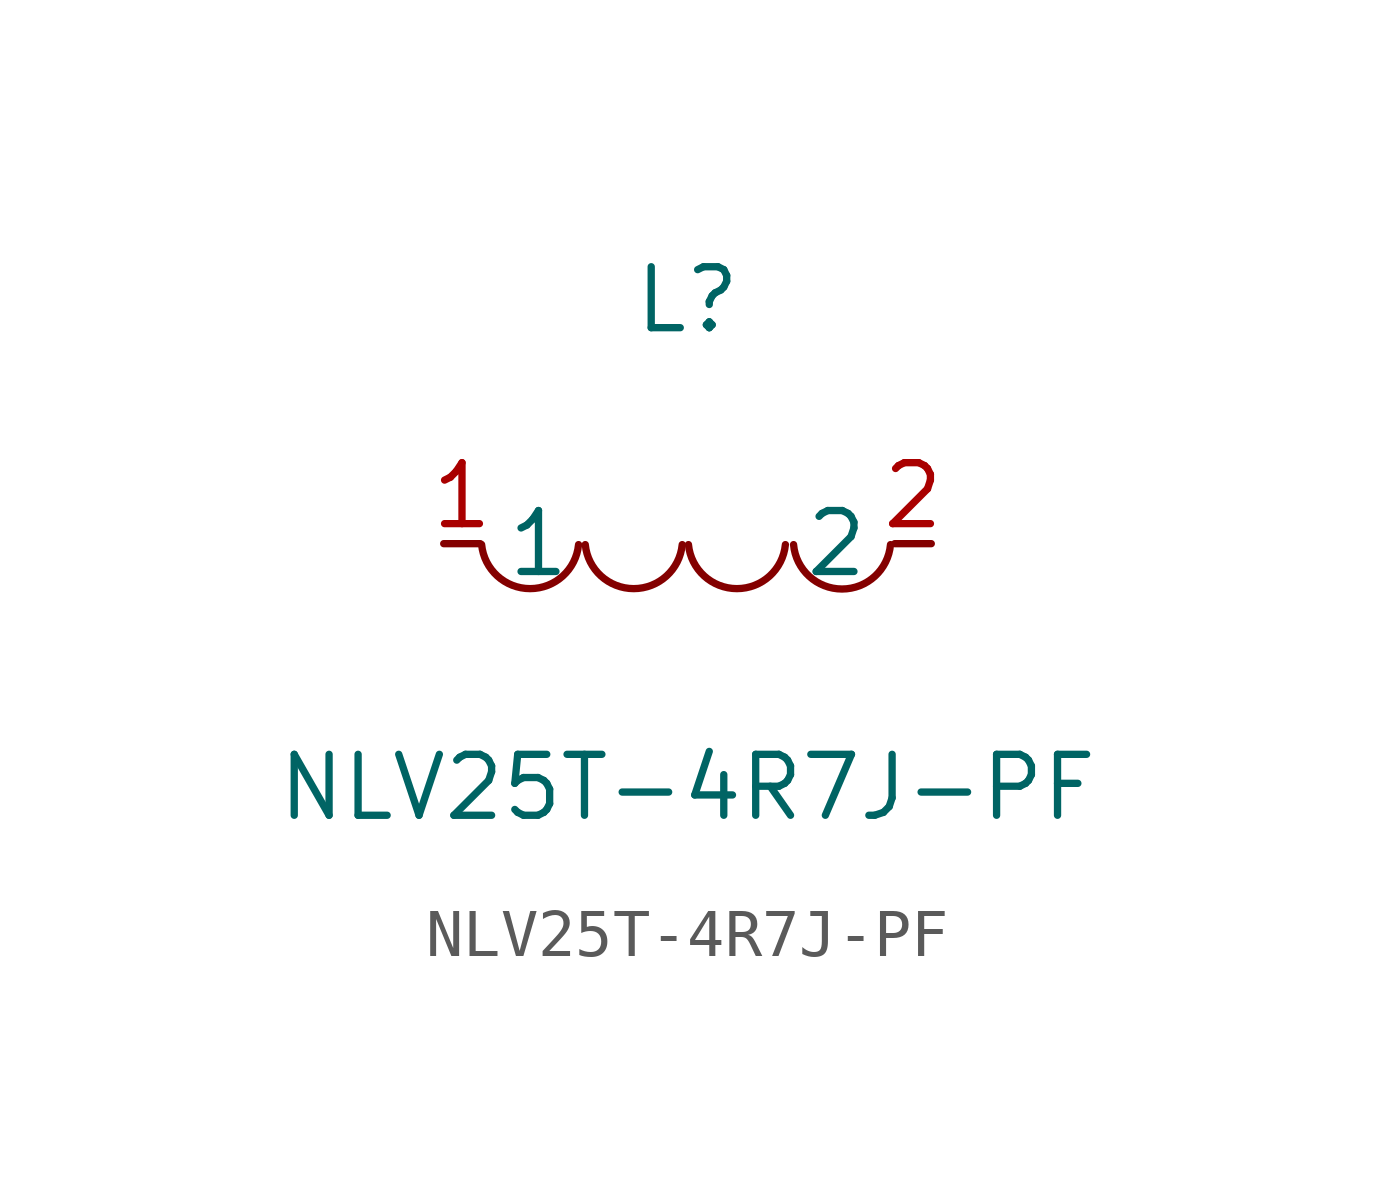
<source format=kicad_sym>
(kicad_symbol_lib
  (version 1)
  (generator "faebryk")
  (symbol "NLV25T-4R7J-PF"
    (property "Reference" "L"
      (at 0 5.08 0)
      (effects (font (size 1.27 1.27)) (hide no)))
    (property "Value" "NLV25T-4R7J-PF"
      (at 0 -5.08 0)
      (effects (font (size 1.27 1.27)) (hide no)))
    (symbol "NLV25T-4R7J-PF_0_1"
      (arc (start -4.29 -0.02) (mid -2.52 -0.79) (end -2.27 -0.02) (stroke (width 0) (type default) (color 0 0 0 0)) (fill (type none)))
      (arc (start -2.13 -0.02) (mid -0.36 -0.79) (end -0.11 -0.02) (stroke (width 0) (type default) (color 0 0 0 0)) (fill (type none)))
      (arc (start 0.02 -0.02) (mid 1.79 -0.79) (end 2.04 -0.02) (stroke (width 0) (type default) (color 0 0 0 0)) (fill (type none)))
      (arc (start 2.21 -0.02) (mid 3.3 -1.12) (end 4.23 -0.02) (stroke (width 0) (type default) (color 0 0 0 0)) (fill (type none)))
      (pin unspecified line (at 5.08 0 180) (length 0.762) (name "2" (effects (font (size 1.27 1.27)) (hide no))) (number "2" (effects (font (size 1.27 1.27)) (hide no))))
      (pin unspecified line (at -5.08 0 0) (length 0.762) (name "1" (effects (font (size 1.27 1.27)) (hide no))) (number "1" (effects (font (size 1.27 1.27)) (hide no)))))))
</source>
